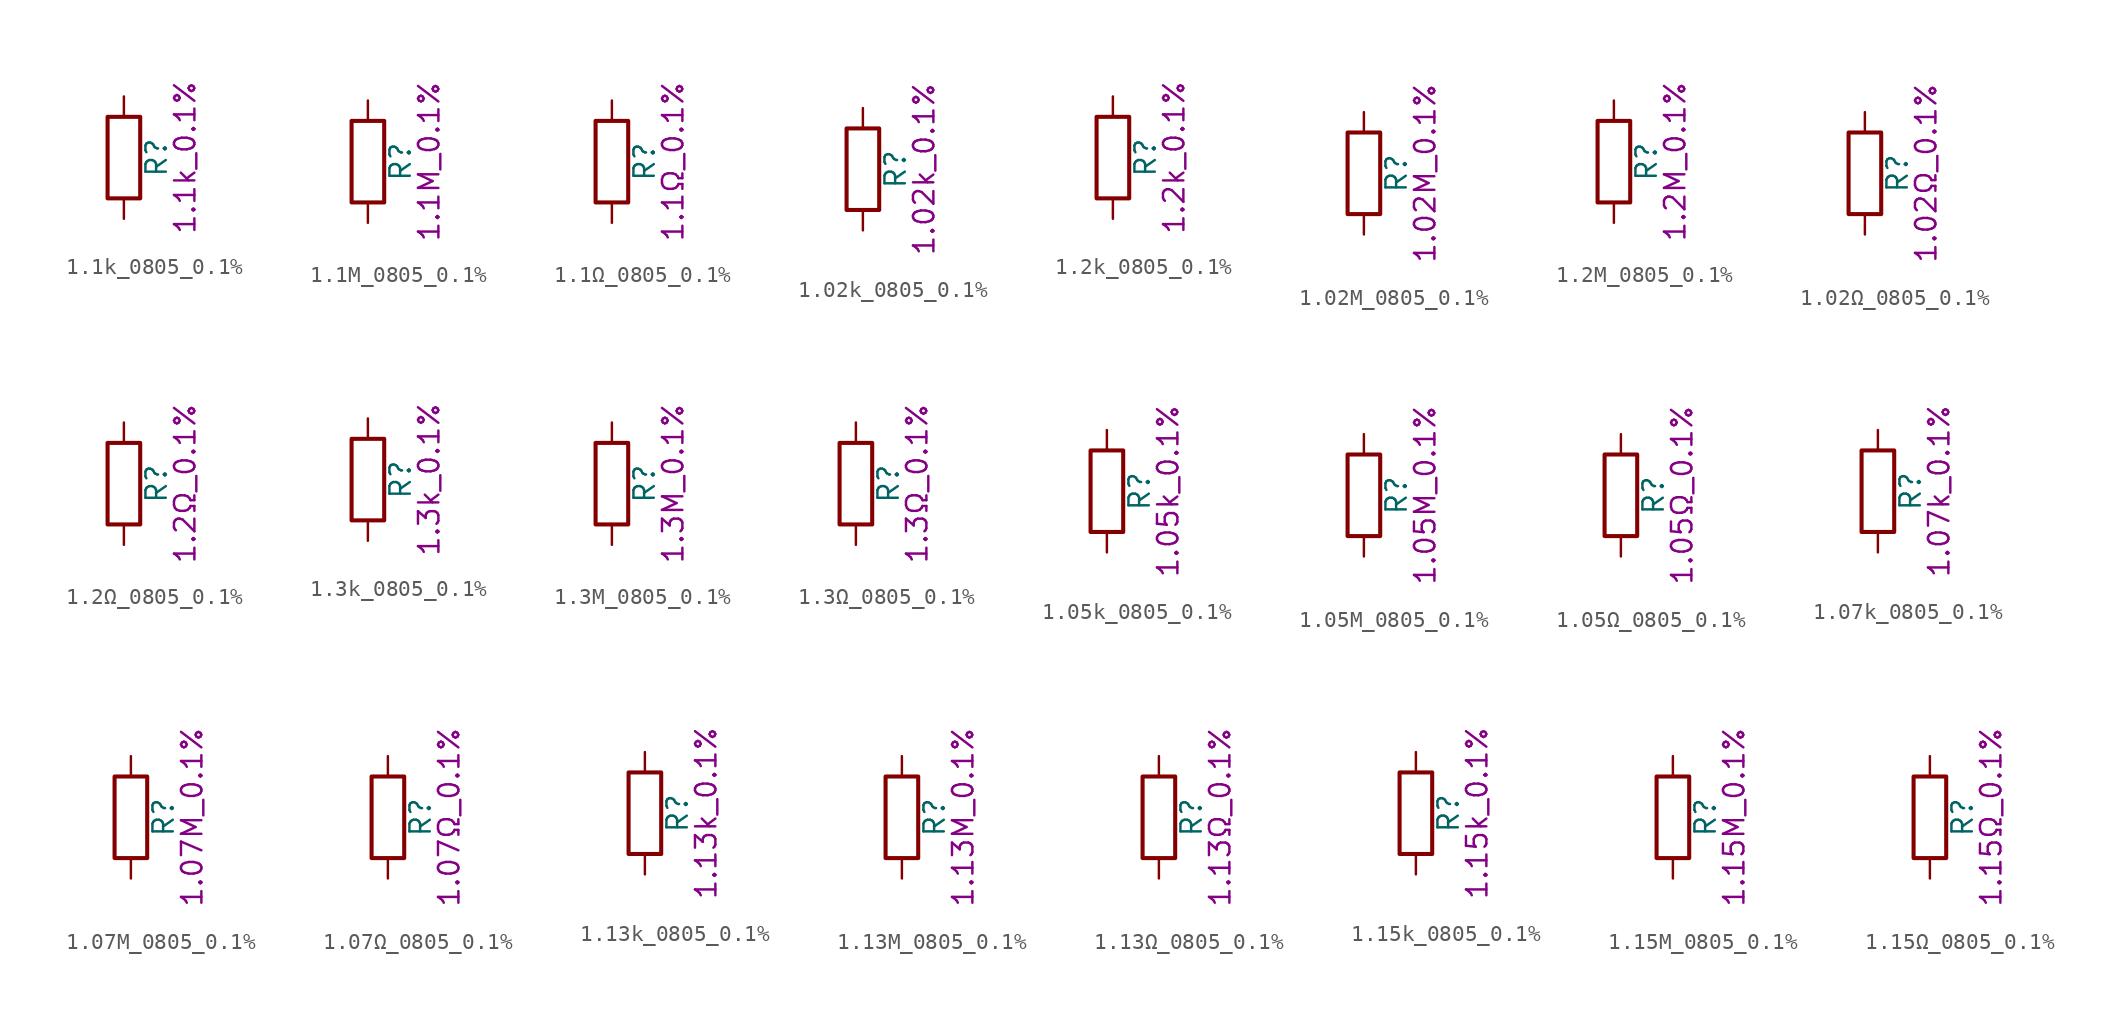
<source format=kicad_sym>
(kicad_symbol_lib
  (version 20211014)
  (generator kicad_symbol_editor)
  (symbol "1.1k_0805_0.1%"
    (pin_numbers hide)
    (pin_names
      (offset 0))
    (property "Reference" "R"
      (at 2.032 0 90)
      (effects (font (size 1.27 1.27))))
    (property "Display" "1.1k_0.1%"
      (at 3.81 0 90)
      (effects (font (size 1.27 1.27))))
    (symbol "1.1k_0805_0.1%_0_1"
      (rectangle (start -1.016 -2.54) (end 1.016 2.54) (stroke (width 0.254) (type default) (color 0 0 0 0)) (fill (type none))))
    (symbol "1.1k_0805_0.1%_1_1"
      (pin passive line (at 0 3.81 270) (length 1.27) (name "~" (effects (font (size 1.27 1.27)))) (number "1" (effects (font (size 1.27 1.27)))))
      (pin passive line (at 0 -3.81 90) (length 1.27) (name "~" (effects (font (size 1.27 1.27)))) (number "2" (effects (font (size 1.27 1.27)))))))
  (symbol "1.1M_0805_0.1%"
    (pin_numbers hide)
    (pin_names
      (offset 0))
    (property "Reference" "R"
      (at 2.032 0 90)
      (effects (font (size 1.27 1.27))))
    (property "Display" "1.1M_0.1%"
      (at 3.81 0 90)
      (effects (font (size 1.27 1.27))))
    (symbol "1.1M_0805_0.1%_0_1"
      (rectangle (start -1.016 -2.54) (end 1.016 2.54) (stroke (width 0.254) (type default) (color 0 0 0 0)) (fill (type none))))
    (symbol "1.1M_0805_0.1%_1_1"
      (pin passive line (at 0 3.81 270) (length 1.27) (name "~" (effects (font (size 1.27 1.27)))) (number "1" (effects (font (size 1.27 1.27)))))
      (pin passive line (at 0 -3.81 90) (length 1.27) (name "~" (effects (font (size 1.27 1.27)))) (number "2" (effects (font (size 1.27 1.27)))))))
  (symbol "1.1Ω_0805_0.1%"
    (pin_numbers hide)
    (pin_names
      (offset 0))
    (property "Reference" "R"
      (at 2.032 0 90)
      (effects (font (size 1.27 1.27))))
    (property "Display" "1.1Ω_0.1%"
      (at 3.81 0 90)
      (effects (font (size 1.27 1.27))))
    (symbol "1.1Ω_0805_0.1%_0_1"
      (rectangle (start -1.016 -2.54) (end 1.016 2.54) (stroke (width 0.254) (type default) (color 0 0 0 0)) (fill (type none))))
    (symbol "1.1Ω_0805_0.1%_1_1"
      (pin passive line (at 0 3.81 270) (length 1.27) (name "~" (effects (font (size 1.27 1.27)))) (number "1" (effects (font (size 1.27 1.27)))))
      (pin passive line (at 0 -3.81 90) (length 1.27) (name "~" (effects (font (size 1.27 1.27)))) (number "2" (effects (font (size 1.27 1.27)))))))
  (symbol "1.02k_0805_0.1%"
    (pin_numbers hide)
    (pin_names
      (offset 0))
    (property "Reference" "R"
      (at 2.032 0 90)
      (effects (font (size 1.27 1.27))))
    (property "Display" "1.02k_0.1%"
      (at 3.81 0 90)
      (effects (font (size 1.27 1.27))))
    (symbol "1.02k_0805_0.1%_0_1"
      (rectangle (start -1.016 -2.54) (end 1.016 2.54) (stroke (width 0.254) (type default) (color 0 0 0 0)) (fill (type none))))
    (symbol "1.02k_0805_0.1%_1_1"
      (pin passive line (at 0 3.81 270) (length 1.27) (name "~" (effects (font (size 1.27 1.27)))) (number "1" (effects (font (size 1.27 1.27)))))
      (pin passive line (at 0 -3.81 90) (length 1.27) (name "~" (effects (font (size 1.27 1.27)))) (number "2" (effects (font (size 1.27 1.27)))))))
  (symbol "1.2k_0805_0.1%"
    (pin_numbers hide)
    (pin_names
      (offset 0))
    (property "Reference" "R"
      (at 2.032 0 90)
      (effects (font (size 1.27 1.27))))
    (property "Display" "1.2k_0.1%"
      (at 3.81 0 90)
      (effects (font (size 1.27 1.27))))
    (symbol "1.2k_0805_0.1%_0_1"
      (rectangle (start -1.016 -2.54) (end 1.016 2.54) (stroke (width 0.254) (type default) (color 0 0 0 0)) (fill (type none))))
    (symbol "1.2k_0805_0.1%_1_1"
      (pin passive line (at 0 3.81 270) (length 1.27) (name "~" (effects (font (size 1.27 1.27)))) (number "1" (effects (font (size 1.27 1.27)))))
      (pin passive line (at 0 -3.81 90) (length 1.27) (name "~" (effects (font (size 1.27 1.27)))) (number "2" (effects (font (size 1.27 1.27)))))))
  (symbol "1.02M_0805_0.1%"
    (pin_numbers hide)
    (pin_names
      (offset 0))
    (property "Reference" "R"
      (at 2.032 0 90)
      (effects (font (size 1.27 1.27))))
    (property "Display" "1.02M_0.1%"
      (at 3.81 0 90)
      (effects (font (size 1.27 1.27))))
    (symbol "1.02M_0805_0.1%_0_1"
      (rectangle (start -1.016 -2.54) (end 1.016 2.54) (stroke (width 0.254) (type default) (color 0 0 0 0)) (fill (type none))))
    (symbol "1.02M_0805_0.1%_1_1"
      (pin passive line (at 0 3.81 270) (length 1.27) (name "~" (effects (font (size 1.27 1.27)))) (number "1" (effects (font (size 1.27 1.27)))))
      (pin passive line (at 0 -3.81 90) (length 1.27) (name "~" (effects (font (size 1.27 1.27)))) (number "2" (effects (font (size 1.27 1.27)))))))
  (symbol "1.2M_0805_0.1%"
    (pin_numbers hide)
    (pin_names
      (offset 0))
    (property "Reference" "R"
      (at 2.032 0 90)
      (effects (font (size 1.27 1.27))))
    (property "Display" "1.2M_0.1%"
      (at 3.81 0 90)
      (effects (font (size 1.27 1.27))))
    (symbol "1.2M_0805_0.1%_0_1"
      (rectangle (start -1.016 -2.54) (end 1.016 2.54) (stroke (width 0.254) (type default) (color 0 0 0 0)) (fill (type none))))
    (symbol "1.2M_0805_0.1%_1_1"
      (pin passive line (at 0 3.81 270) (length 1.27) (name "~" (effects (font (size 1.27 1.27)))) (number "1" (effects (font (size 1.27 1.27)))))
      (pin passive line (at 0 -3.81 90) (length 1.27) (name "~" (effects (font (size 1.27 1.27)))) (number "2" (effects (font (size 1.27 1.27)))))))
  (symbol "1.02Ω_0805_0.1%"
    (pin_numbers hide)
    (pin_names
      (offset 0))
    (property "Reference" "R"
      (at 2.032 0 90)
      (effects (font (size 1.27 1.27))))
    (property "Display" "1.02Ω_0.1%"
      (at 3.81 0 90)
      (effects (font (size 1.27 1.27))))
    (symbol "1.02Ω_0805_0.1%_0_1"
      (rectangle (start -1.016 -2.54) (end 1.016 2.54) (stroke (width 0.254) (type default) (color 0 0 0 0)) (fill (type none))))
    (symbol "1.02Ω_0805_0.1%_1_1"
      (pin passive line (at 0 3.81 270) (length 1.27) (name "~" (effects (font (size 1.27 1.27)))) (number "1" (effects (font (size 1.27 1.27)))))
      (pin passive line (at 0 -3.81 90) (length 1.27) (name "~" (effects (font (size 1.27 1.27)))) (number "2" (effects (font (size 1.27 1.27)))))))
  (symbol "1.2Ω_0805_0.1%"
    (pin_numbers hide)
    (pin_names
      (offset 0))
    (property "Reference" "R"
      (at 2.032 0 90)
      (effects (font (size 1.27 1.27))))
    (property "Display" "1.2Ω_0.1%"
      (at 3.81 0 90)
      (effects (font (size 1.27 1.27))))
    (symbol "1.2Ω_0805_0.1%_0_1"
      (rectangle (start -1.016 -2.54) (end 1.016 2.54) (stroke (width 0.254) (type default) (color 0 0 0 0)) (fill (type none))))
    (symbol "1.2Ω_0805_0.1%_1_1"
      (pin passive line (at 0 3.81 270) (length 1.27) (name "~" (effects (font (size 1.27 1.27)))) (number "1" (effects (font (size 1.27 1.27)))))
      (pin passive line (at 0 -3.81 90) (length 1.27) (name "~" (effects (font (size 1.27 1.27)))) (number "2" (effects (font (size 1.27 1.27)))))))
  (symbol "1.3k_0805_0.1%"
    (pin_numbers hide)
    (pin_names
      (offset 0))
    (property "Reference" "R"
      (at 2.032 0 90)
      (effects (font (size 1.27 1.27))))
    (property "Display" "1.3k_0.1%"
      (at 3.81 0 90)
      (effects (font (size 1.27 1.27))))
    (symbol "1.3k_0805_0.1%_0_1"
      (rectangle (start -1.016 -2.54) (end 1.016 2.54) (stroke (width 0.254) (type default) (color 0 0 0 0)) (fill (type none))))
    (symbol "1.3k_0805_0.1%_1_1"
      (pin passive line (at 0 3.81 270) (length 1.27) (name "~" (effects (font (size 1.27 1.27)))) (number "1" (effects (font (size 1.27 1.27)))))
      (pin passive line (at 0 -3.81 90) (length 1.27) (name "~" (effects (font (size 1.27 1.27)))) (number "2" (effects (font (size 1.27 1.27)))))))
  (symbol "1.3M_0805_0.1%"
    (pin_numbers hide)
    (pin_names
      (offset 0))
    (property "Reference" "R"
      (at 2.032 0 90)
      (effects (font (size 1.27 1.27))))
    (property "Display" "1.3M_0.1%"
      (at 3.81 0 90)
      (effects (font (size 1.27 1.27))))
    (symbol "1.3M_0805_0.1%_0_1"
      (rectangle (start -1.016 -2.54) (end 1.016 2.54) (stroke (width 0.254) (type default) (color 0 0 0 0)) (fill (type none))))
    (symbol "1.3M_0805_0.1%_1_1"
      (pin passive line (at 0 3.81 270) (length 1.27) (name "~" (effects (font (size 1.27 1.27)))) (number "1" (effects (font (size 1.27 1.27)))))
      (pin passive line (at 0 -3.81 90) (length 1.27) (name "~" (effects (font (size 1.27 1.27)))) (number "2" (effects (font (size 1.27 1.27)))))))
  (symbol "1.3Ω_0805_0.1%"
    (pin_numbers hide)
    (pin_names
      (offset 0))
    (property "Reference" "R"
      (at 2.032 0 90)
      (effects (font (size 1.27 1.27))))
    (property "Display" "1.3Ω_0.1%"
      (at 3.81 0 90)
      (effects (font (size 1.27 1.27))))
    (symbol "1.3Ω_0805_0.1%_0_1"
      (rectangle (start -1.016 -2.54) (end 1.016 2.54) (stroke (width 0.254) (type default) (color 0 0 0 0)) (fill (type none))))
    (symbol "1.3Ω_0805_0.1%_1_1"
      (pin passive line (at 0 3.81 270) (length 1.27) (name "~" (effects (font (size 1.27 1.27)))) (number "1" (effects (font (size 1.27 1.27)))))
      (pin passive line (at 0 -3.81 90) (length 1.27) (name "~" (effects (font (size 1.27 1.27)))) (number "2" (effects (font (size 1.27 1.27)))))))
  (symbol "1.05k_0805_0.1%"
    (pin_numbers hide)
    (pin_names
      (offset 0))
    (property "Reference" "R"
      (at 2.032 0 90)
      (effects (font (size 1.27 1.27))))
    (property "Display" "1.05k_0.1%"
      (at 3.81 0 90)
      (effects (font (size 1.27 1.27))))
    (symbol "1.05k_0805_0.1%_0_1"
      (rectangle (start -1.016 -2.54) (end 1.016 2.54) (stroke (width 0.254) (type default) (color 0 0 0 0)) (fill (type none))))
    (symbol "1.05k_0805_0.1%_1_1"
      (pin passive line (at 0 3.81 270) (length 1.27) (name "~" (effects (font (size 1.27 1.27)))) (number "1" (effects (font (size 1.27 1.27)))))
      (pin passive line (at 0 -3.81 90) (length 1.27) (name "~" (effects (font (size 1.27 1.27)))) (number "2" (effects (font (size 1.27 1.27)))))))
  (symbol "1.05M_0805_0.1%"
    (pin_numbers hide)
    (pin_names
      (offset 0))
    (property "Reference" "R"
      (at 2.032 0 90)
      (effects (font (size 1.27 1.27))))
    (property "Display" "1.05M_0.1%"
      (at 3.81 0 90)
      (effects (font (size 1.27 1.27))))
    (symbol "1.05M_0805_0.1%_0_1"
      (rectangle (start -1.016 -2.54) (end 1.016 2.54) (stroke (width 0.254) (type default) (color 0 0 0 0)) (fill (type none))))
    (symbol "1.05M_0805_0.1%_1_1"
      (pin passive line (at 0 3.81 270) (length 1.27) (name "~" (effects (font (size 1.27 1.27)))) (number "1" (effects (font (size 1.27 1.27)))))
      (pin passive line (at 0 -3.81 90) (length 1.27) (name "~" (effects (font (size 1.27 1.27)))) (number "2" (effects (font (size 1.27 1.27)))))))
  (symbol "1.05Ω_0805_0.1%"
    (pin_numbers hide)
    (pin_names
      (offset 0))
    (property "Reference" "R"
      (at 2.032 0 90)
      (effects (font (size 1.27 1.27))))
    (property "Display" "1.05Ω_0.1%"
      (at 3.81 0 90)
      (effects (font (size 1.27 1.27))))
    (symbol "1.05Ω_0805_0.1%_0_1"
      (rectangle (start -1.016 -2.54) (end 1.016 2.54) (stroke (width 0.254) (type default) (color 0 0 0 0)) (fill (type none))))
    (symbol "1.05Ω_0805_0.1%_1_1"
      (pin passive line (at 0 3.81 270) (length 1.27) (name "~" (effects (font (size 1.27 1.27)))) (number "1" (effects (font (size 1.27 1.27)))))
      (pin passive line (at 0 -3.81 90) (length 1.27) (name "~" (effects (font (size 1.27 1.27)))) (number "2" (effects (font (size 1.27 1.27)))))))
  (symbol "1.07k_0805_0.1%"
    (pin_numbers hide)
    (pin_names
      (offset 0))
    (property "Reference" "R"
      (at 2.032 0 90)
      (effects (font (size 1.27 1.27))))
    (property "Display" "1.07k_0.1%"
      (at 3.81 0 90)
      (effects (font (size 1.27 1.27))))
    (symbol "1.07k_0805_0.1%_0_1"
      (rectangle (start -1.016 -2.54) (end 1.016 2.54) (stroke (width 0.254) (type default) (color 0 0 0 0)) (fill (type none))))
    (symbol "1.07k_0805_0.1%_1_1"
      (pin passive line (at 0 3.81 270) (length 1.27) (name "~" (effects (font (size 1.27 1.27)))) (number "1" (effects (font (size 1.27 1.27)))))
      (pin passive line (at 0 -3.81 90) (length 1.27) (name "~" (effects (font (size 1.27 1.27)))) (number "2" (effects (font (size 1.27 1.27)))))))
  (symbol "1.07M_0805_0.1%"
    (pin_numbers hide)
    (pin_names
      (offset 0))
    (property "Reference" "R"
      (at 2.032 0 90)
      (effects (font (size 1.27 1.27))))
    (property "Display" "1.07M_0.1%"
      (at 3.81 0 90)
      (effects (font (size 1.27 1.27))))
    (symbol "1.07M_0805_0.1%_0_1"
      (rectangle (start -1.016 -2.54) (end 1.016 2.54) (stroke (width 0.254) (type default) (color 0 0 0 0)) (fill (type none))))
    (symbol "1.07M_0805_0.1%_1_1"
      (pin passive line (at 0 3.81 270) (length 1.27) (name "~" (effects (font (size 1.27 1.27)))) (number "1" (effects (font (size 1.27 1.27)))))
      (pin passive line (at 0 -3.81 90) (length 1.27) (name "~" (effects (font (size 1.27 1.27)))) (number "2" (effects (font (size 1.27 1.27)))))))
  (symbol "1.07Ω_0805_0.1%"
    (pin_numbers hide)
    (pin_names
      (offset 0))
    (property "Reference" "R"
      (at 2.032 0 90)
      (effects (font (size 1.27 1.27))))
    (property "Display" "1.07Ω_0.1%"
      (at 3.81 0 90)
      (effects (font (size 1.27 1.27))))
    (symbol "1.07Ω_0805_0.1%_0_1"
      (rectangle (start -1.016 -2.54) (end 1.016 2.54) (stroke (width 0.254) (type default) (color 0 0 0 0)) (fill (type none))))
    (symbol "1.07Ω_0805_0.1%_1_1"
      (pin passive line (at 0 3.81 270) (length 1.27) (name "~" (effects (font (size 1.27 1.27)))) (number "1" (effects (font (size 1.27 1.27)))))
      (pin passive line (at 0 -3.81 90) (length 1.27) (name "~" (effects (font (size 1.27 1.27)))) (number "2" (effects (font (size 1.27 1.27)))))))
  (symbol "1.13k_0805_0.1%"
    (pin_numbers hide)
    (pin_names
      (offset 0))
    (property "Reference" "R"
      (at 2.032 0 90)
      (effects (font (size 1.27 1.27))))
    (property "Display" "1.13k_0.1%"
      (at 3.81 0 90)
      (effects (font (size 1.27 1.27))))
    (symbol "1.13k_0805_0.1%_0_1"
      (rectangle (start -1.016 -2.54) (end 1.016 2.54) (stroke (width 0.254) (type default) (color 0 0 0 0)) (fill (type none))))
    (symbol "1.13k_0805_0.1%_1_1"
      (pin passive line (at 0 3.81 270) (length 1.27) (name "~" (effects (font (size 1.27 1.27)))) (number "1" (effects (font (size 1.27 1.27)))))
      (pin passive line (at 0 -3.81 90) (length 1.27) (name "~" (effects (font (size 1.27 1.27)))) (number "2" (effects (font (size 1.27 1.27)))))))
  (symbol "1.13M_0805_0.1%"
    (pin_numbers hide)
    (pin_names
      (offset 0))
    (property "Reference" "R"
      (at 2.032 0 90)
      (effects (font (size 1.27 1.27))))
    (property "Display" "1.13M_0.1%"
      (at 3.81 0 90)
      (effects (font (size 1.27 1.27))))
    (symbol "1.13M_0805_0.1%_0_1"
      (rectangle (start -1.016 -2.54) (end 1.016 2.54) (stroke (width 0.254) (type default) (color 0 0 0 0)) (fill (type none))))
    (symbol "1.13M_0805_0.1%_1_1"
      (pin passive line (at 0 3.81 270) (length 1.27) (name "~" (effects (font (size 1.27 1.27)))) (number "1" (effects (font (size 1.27 1.27)))))
      (pin passive line (at 0 -3.81 90) (length 1.27) (name "~" (effects (font (size 1.27 1.27)))) (number "2" (effects (font (size 1.27 1.27)))))))
  (symbol "1.13Ω_0805_0.1%"
    (pin_numbers hide)
    (pin_names
      (offset 0))
    (property "Reference" "R"
      (at 2.032 0 90)
      (effects (font (size 1.27 1.27))))
    (property "Display" "1.13Ω_0.1%"
      (at 3.81 0 90)
      (effects (font (size 1.27 1.27))))
    (symbol "1.13Ω_0805_0.1%_0_1"
      (rectangle (start -1.016 -2.54) (end 1.016 2.54) (stroke (width 0.254) (type default) (color 0 0 0 0)) (fill (type none))))
    (symbol "1.13Ω_0805_0.1%_1_1"
      (pin passive line (at 0 3.81 270) (length 1.27) (name "~" (effects (font (size 1.27 1.27)))) (number "1" (effects (font (size 1.27 1.27)))))
      (pin passive line (at 0 -3.81 90) (length 1.27) (name "~" (effects (font (size 1.27 1.27)))) (number "2" (effects (font (size 1.27 1.27)))))))
  (symbol "1.15k_0805_0.1%"
    (pin_numbers hide)
    (pin_names
      (offset 0))
    (property "Reference" "R"
      (at 2.032 0 90)
      (effects (font (size 1.27 1.27))))
    (property "Display" "1.15k_0.1%"
      (at 3.81 0 90)
      (effects (font (size 1.27 1.27))))
    (symbol "1.15k_0805_0.1%_0_1"
      (rectangle (start -1.016 -2.54) (end 1.016 2.54) (stroke (width 0.254) (type default) (color 0 0 0 0)) (fill (type none))))
    (symbol "1.15k_0805_0.1%_1_1"
      (pin passive line (at 0 3.81 270) (length 1.27) (name "~" (effects (font (size 1.27 1.27)))) (number "1" (effects (font (size 1.27 1.27)))))
      (pin passive line (at 0 -3.81 90) (length 1.27) (name "~" (effects (font (size 1.27 1.27)))) (number "2" (effects (font (size 1.27 1.27)))))))
  (symbol "1.15M_0805_0.1%"
    (pin_numbers hide)
    (pin_names
      (offset 0))
    (property "Reference" "R"
      (at 2.032 0 90)
      (effects (font (size 1.27 1.27))))
    (property "Display" "1.15M_0.1%"
      (at 3.81 0 90)
      (effects (font (size 1.27 1.27))))
    (symbol "1.15M_0805_0.1%_0_1"
      (rectangle (start -1.016 -2.54) (end 1.016 2.54) (stroke (width 0.254) (type default) (color 0 0 0 0)) (fill (type none))))
    (symbol "1.15M_0805_0.1%_1_1"
      (pin passive line (at 0 3.81 270) (length 1.27) (name "~" (effects (font (size 1.27 1.27)))) (number "1" (effects (font (size 1.27 1.27)))))
      (pin passive line (at 0 -3.81 90) (length 1.27) (name "~" (effects (font (size 1.27 1.27)))) (number "2" (effects (font (size 1.27 1.27)))))))
  (symbol "1.15Ω_0805_0.1%"
    (pin_numbers hide)
    (pin_names
      (offset 0))
    (property "Reference" "R"
      (at 2.032 0 90)
      (effects (font (size 1.27 1.27))))
    (property "Display" "1.15Ω_0.1%"
      (at 3.81 0 90)
      (effects (font (size 1.27 1.27))))
    (symbol "1.15Ω_0805_0.1%_0_1"
      (rectangle (start -1.016 -2.54) (end 1.016 2.54) (stroke (width 0.254) (type default) (color 0 0 0 0)) (fill (type none))))
    (symbol "1.15Ω_0805_0.1%_1_1"
      (pin passive line (at 0 3.81 270) (length 1.27) (name "~" (effects (font (size 1.27 1.27)))) (number "1" (effects (font (size 1.27 1.27)))))
      (pin passive line (at 0 -3.81 90) (length 1.27) (name "~" (effects (font (size 1.27 1.27)))) (number "2" (effects (font (size 1.27 1.27))))))))
</source>
